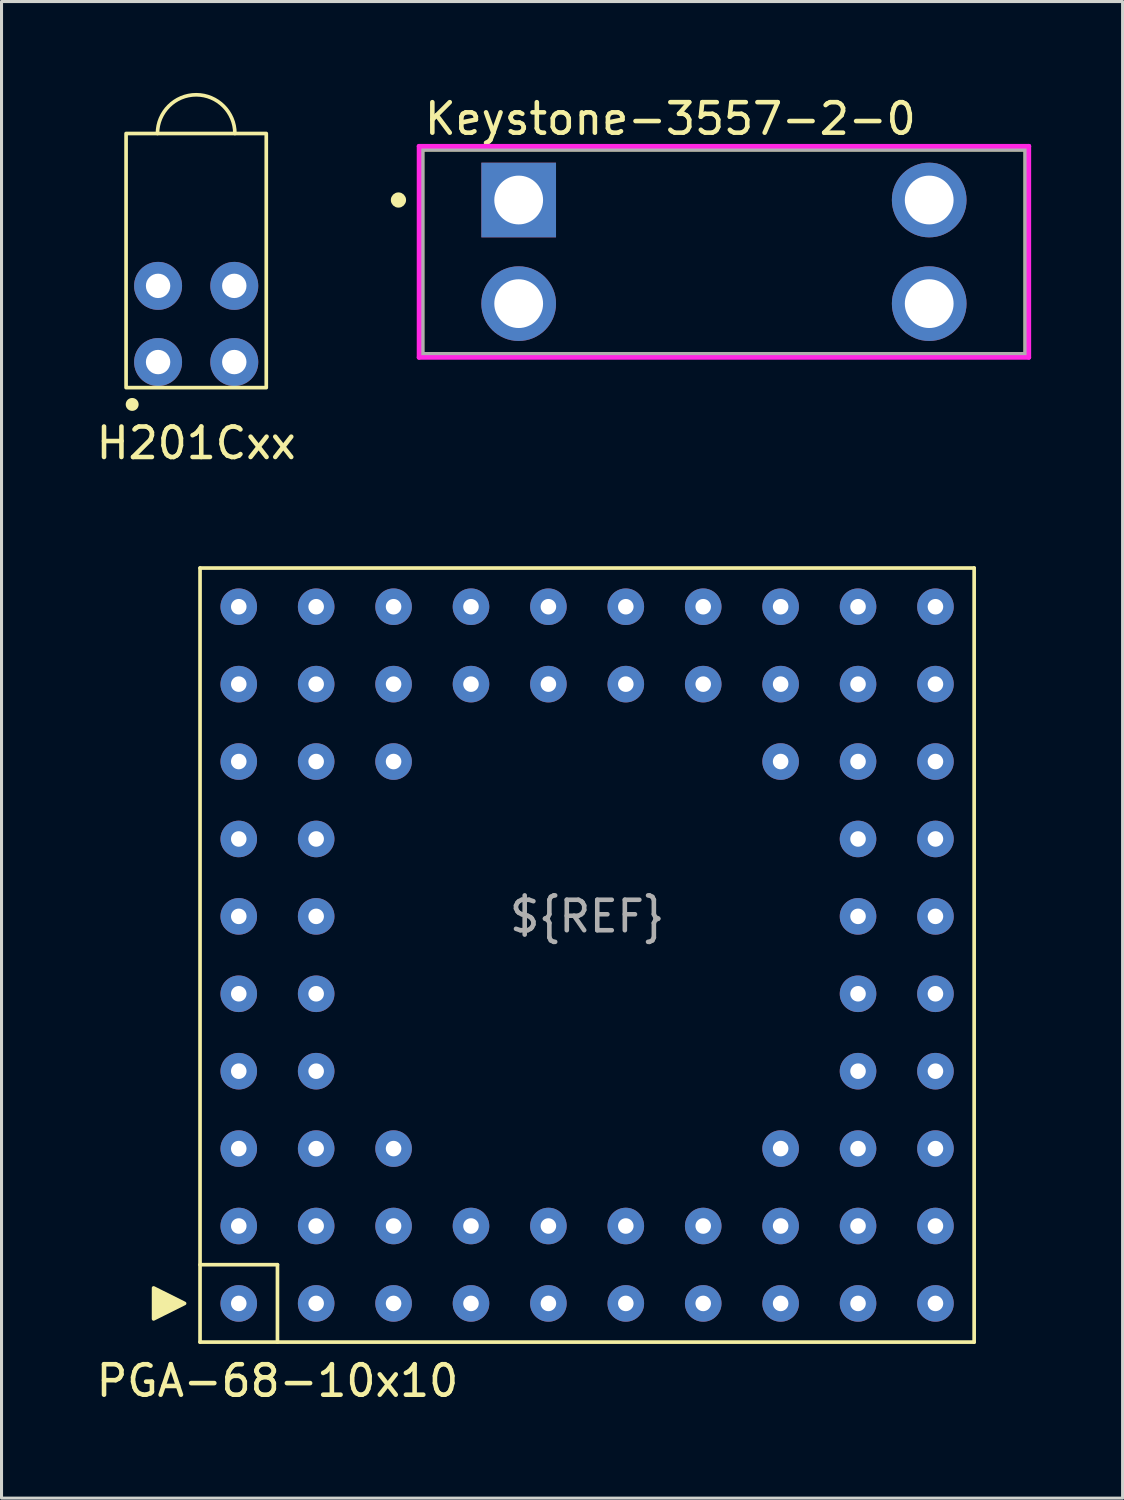
<source format=kicad_pcb>
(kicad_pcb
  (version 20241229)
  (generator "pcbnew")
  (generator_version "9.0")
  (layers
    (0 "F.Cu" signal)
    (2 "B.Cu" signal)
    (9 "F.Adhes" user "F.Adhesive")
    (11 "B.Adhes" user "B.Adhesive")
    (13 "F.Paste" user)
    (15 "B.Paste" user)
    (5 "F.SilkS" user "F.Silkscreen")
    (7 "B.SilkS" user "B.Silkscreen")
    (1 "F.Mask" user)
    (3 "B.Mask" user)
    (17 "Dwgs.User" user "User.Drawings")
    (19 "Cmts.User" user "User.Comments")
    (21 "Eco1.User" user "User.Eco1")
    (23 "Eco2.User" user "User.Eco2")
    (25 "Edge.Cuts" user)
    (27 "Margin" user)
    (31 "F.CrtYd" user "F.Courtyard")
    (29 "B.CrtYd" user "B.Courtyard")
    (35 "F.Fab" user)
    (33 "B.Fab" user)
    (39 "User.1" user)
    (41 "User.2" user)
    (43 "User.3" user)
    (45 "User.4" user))
  (footprint "Keystone-3557-2-0"
    (layer "F.Cu")
    (at 20.704 5.213)
    (property "Reference" "Keystone-3557-2-0" (at -9.905 -4.365 0) (layer "F.SilkS") (effects (font (size 1 1) (thickness 0.15)) (justify left)))
    (attr through_hole)
    (fp_line (start -9.905 -3.365) (end 9.905 -3.365) (stroke (width 0.15) (type solid)) (layer "F.SilkS"))
    (fp_line (start -9.905 3.365) (end -9.905 -3.365) (stroke (width 0.15) (type solid)) (layer "F.SilkS"))
    (fp_line (start -9.905 3.365) (end 9.905 3.365) (stroke (width 0.15) (type solid)) (layer "F.SilkS"))
    (fp_line (start 9.905 3.365) (end 9.905 -3.365) (stroke (width 0.15) (type solid)) (layer "F.SilkS"))
    (fp_circle (center -10.68 -1.7) (end -10.555 -1.7) (stroke (width 0.25) (type solid)) (fill no) (layer "F.SilkS"))
    (fp_line (start -10.005 -3.465) (end -10.005 3.465) (stroke (width 0.15) (type solid)) (layer "F.CrtYd"))
    (fp_line (start -10.005 3.465) (end 10.005 3.465) (stroke (width 0.15) (type solid)) (layer "F.CrtYd"))
    (fp_line (start 10.005 -3.465) (end -10.005 -3.465) (stroke (width 0.15) (type solid)) (layer "F.CrtYd"))
    (fp_line (start 10.005 -3.465) (end 10.005 -3.465) (stroke (width 0.15) (type solid)) (layer "F.CrtYd"))
    (fp_line (start 10.005 3.465) (end 10.005 -3.465) (stroke (width 0.15) (type solid)) (layer "F.CrtYd"))
    (fp_line (start -9.905 -3.365) (end 9.905 -3.365) (stroke (width 0.15) (type solid)) (layer "F.Fab"))
    (fp_line (start -9.905 3.365) (end -9.905 -3.365) (stroke (width 0.15) (type solid)) (layer "F.Fab"))
    (fp_line (start 9.905 -3.365) (end 9.905 3.365) (stroke (width 0.15) (type solid)) (layer "F.Fab"))
    (fp_line (start 9.905 3.365) (end -9.905 3.365) (stroke (width 0.15) (type solid)) (layer "F.Fab"))
    (pad "1" thru_hole rect (at -6.735 -1.7) (size 2.45 2.45) (drill 1.6) (layers "*.Cu" "*.Mask"))
    (pad "1" thru_hole circle (at -6.735 1.7) (size 2.45 2.45) (drill 1.6) (layers "*.Cu" "*.Mask"))
    (pad "2" thru_hole circle (at 6.735 -1.7) (size 2.45 2.45) (drill 1.6) (layers "*.Cu" "*.Mask"))
    (pad "2" thru_hole circle (at 6.735 1.7) (size 2.45 2.45) (drill 1.6) (layers "*.Cu" "*.Mask")))
  (footprint "PGA-68-10x10"
    (layer "F.Cu")
    (at 3.514 15.588)
    (property "Reference" "PGA-68-10x10" (at 2.54 26.67 0) (unlocked yes) (layer "F.SilkS") (effects (font (size 1 1) (thickness 0.15))))
    (attr through_hole)
    (fp_line (start 0 0) (end 0 25.4) (stroke (width 0.12) (type solid)) (layer "F.SilkS"))
    (fp_line (start 0 0) (end 25.4 0) (stroke (width 0.12) (type solid)) (layer "F.SilkS"))
    (fp_line (start 0 22.86) (end 2.54 22.86) (stroke (width 0.12) (type solid)) (layer "F.SilkS"))
    (fp_line (start 2.54 22.86) (end 2.54 25.4) (stroke (width 0.12) (type solid)) (layer "F.SilkS"))
    (fp_line (start 25.4 0) (end 25.4 25.4) (stroke (width 0.12) (type solid)) (layer "F.SilkS"))
    (fp_line (start 25.4 25.4) (end 0 25.4) (stroke (width 0.12) (type solid)) (layer "F.SilkS"))
    (fp_poly (pts (xy -0.508 24.13) (xy -1.524 24.638) (xy -1.524 23.622)) (stroke (width 0.12) (type solid)) (fill yes) (layer "F.SilkS"))
    (fp_text user "${REF}" (at 12.7 11.43 0) (unlocked yes) (layer "F.Fab") (effects (font (size 1 1) (thickness 0.15))))
    (pad "A1" thru_hole circle (at 1.27 24.13) (size 1.2 1.2) (drill 0.51) (layers "*.Cu" "*.Mask"))
    (pad "A2" thru_hole circle (at 3.81 24.13) (size 1.2 1.2) (drill 0.51) (layers "*.Cu" "*.Mask"))
    (pad "A3" thru_hole circle (at 6.35 24.13) (size 1.2 1.2) (drill 0.51) (layers "*.Cu" "*.Mask"))
    (pad "A4" thru_hole circle (at 8.89 24.13) (size 1.2 1.2) (drill 0.51) (layers "*.Cu" "*.Mask"))
    (pad "A5" thru_hole circle (at 11.43 24.13) (size 1.2 1.2) (drill 0.51) (layers "*.Cu" "*.Mask"))
    (pad "A6" thru_hole circle (at 13.97 24.13) (size 1.2 1.2) (drill 0.51) (layers "*.Cu" "*.Mask"))
    (pad "A7" thru_hole circle (at 16.51 24.13) (size 1.2 1.2) (drill 0.51) (layers "*.Cu" "*.Mask"))
    (pad "A8" thru_hole circle (at 19.05 24.13) (size 1.2 1.2) (drill 0.51) (layers "*.Cu" "*.Mask"))
    (pad "A9" thru_hole circle (at 21.59 24.13) (size 1.2 1.2) (drill 0.51) (layers "*.Cu" "*.Mask"))
    (pad "A10" thru_hole circle (at 24.13 24.13) (size 1.2 1.2) (drill 0.51) (layers "*.Cu" "*.Mask"))
    (pad "B1" thru_hole circle (at 1.27 21.59) (size 1.2 1.2) (drill 0.51) (layers "*.Cu" "*.Mask"))
    (pad "B2" thru_hole circle (at 3.81 21.59) (size 1.2 1.2) (drill 0.51) (layers "*.Cu" "*.Mask"))
    (pad "B3" thru_hole circle (at 6.35 21.59) (size 1.2 1.2) (drill 0.51) (layers "*.Cu" "*.Mask"))
    (pad "B4" thru_hole circle (at 8.89 21.59) (size 1.2 1.2) (drill 0.51) (layers "*.Cu" "*.Mask"))
    (pad "B5" thru_hole circle (at 11.43 21.59) (size 1.2 1.2) (drill 0.51) (layers "*.Cu" "*.Mask"))
    (pad "B6" thru_hole circle (at 13.97 21.59) (size 1.2 1.2) (drill 0.51) (layers "*.Cu" "*.Mask"))
    (pad "B7" thru_hole circle (at 16.51 21.59) (size 1.2 1.2) (drill 0.51) (layers "*.Cu" "*.Mask"))
    (pad "B8" thru_hole circle (at 19.05 21.59) (size 1.2 1.2) (drill 0.51) (layers "*.Cu" "*.Mask"))
    (pad "B9" thru_hole circle (at 21.59 21.59) (size 1.2 1.2) (drill 0.51) (layers "*.Cu" "*.Mask"))
    (pad "B10" thru_hole circle (at 24.13 21.59) (size 1.2 1.2) (drill 0.51) (layers "*.Cu" "*.Mask"))
    (pad "C1" thru_hole circle (at 1.27 19.05) (size 1.2 1.2) (drill 0.51) (layers "*.Cu" "*.Mask"))
    (pad "C2" thru_hole circle (at 3.81 19.05) (size 1.2 1.2) (drill 0.51) (layers "*.Cu" "*.Mask"))
    (pad "C3" thru_hole circle (at 6.35 19.05) (size 1.2 1.2) (drill 0.51) (layers "*.Cu" "*.Mask"))
    (pad "C8" thru_hole circle (at 19.05 19.05) (size 1.2 1.2) (drill 0.51) (layers "*.Cu" "*.Mask"))
    (pad "C9" thru_hole circle (at 21.59 19.05) (size 1.2 1.2) (drill 0.51) (layers "*.Cu" "*.Mask"))
    (pad "C10" thru_hole circle (at 24.13 19.05) (size 1.2 1.2) (drill 0.51) (layers "*.Cu" "*.Mask"))
    (pad "D1" thru_hole circle (at 1.27 16.51) (size 1.2 1.2) (drill 0.51) (layers "*.Cu" "*.Mask"))
    (pad "D2" thru_hole circle (at 3.81 16.51) (size 1.2 1.2) (drill 0.51) (layers "*.Cu" "*.Mask"))
    (pad "D9" thru_hole circle (at 21.59 16.51) (size 1.2 1.2) (drill 0.51) (layers "*.Cu" "*.Mask"))
    (pad "D10" thru_hole circle (at 24.13 16.51) (size 1.2 1.2) (drill 0.51) (layers "*.Cu" "*.Mask"))
    (pad "E1" thru_hole circle (at 1.27 13.97) (size 1.2 1.2) (drill 0.51) (layers "*.Cu" "*.Mask"))
    (pad "E2" thru_hole circle (at 3.81 13.97) (size 1.2 1.2) (drill 0.51) (layers "*.Cu" "*.Mask"))
    (pad "E9" thru_hole circle (at 21.59 13.97) (size 1.2 1.2) (drill 0.51) (layers "*.Cu" "*.Mask"))
    (pad "E10" thru_hole circle (at 24.13 13.97) (size 1.2 1.2) (drill 0.51) (layers "*.Cu" "*.Mask"))
    (pad "F1" thru_hole circle (at 1.27 11.43) (size 1.2 1.2) (drill 0.51) (layers "*.Cu" "*.Mask"))
    (pad "F2" thru_hole circle (at 3.81 11.43) (size 1.2 1.2) (drill 0.51) (layers "*.Cu" "*.Mask"))
    (pad "F9" thru_hole circle (at 21.59 11.43) (size 1.2 1.2) (drill 0.51) (layers "*.Cu" "*.Mask"))
    (pad "F10" thru_hole circle (at 24.13 11.43) (size 1.2 1.2) (drill 0.51) (layers "*.Cu" "*.Mask"))
    (pad "G1" thru_hole circle (at 1.27 8.89) (size 1.2 1.2) (drill 0.51) (layers "*.Cu" "*.Mask"))
    (pad "G2" thru_hole circle (at 3.81 8.89) (size 1.2 1.2) (drill 0.51) (layers "*.Cu" "*.Mask"))
    (pad "G9" thru_hole circle (at 21.59 8.89) (size 1.2 1.2) (drill 0.51) (layers "*.Cu" "*.Mask"))
    (pad "G10" thru_hole circle (at 24.13 8.89) (size 1.2 1.2) (drill 0.51) (layers "*.Cu" "*.Mask"))
    (pad "H1" thru_hole circle (at 1.27 6.35) (size 1.2 1.2) (drill 0.51) (layers "*.Cu" "*.Mask"))
    (pad "H2" thru_hole circle (at 3.81 6.35) (size 1.2 1.2) (drill 0.51) (layers "*.Cu" "*.Mask"))
    (pad "H3" thru_hole circle (at 6.35 6.35) (size 1.2 1.2) (drill 0.51) (layers "*.Cu" "*.Mask"))
    (pad "H8" thru_hole circle (at 19.05 6.35) (size 1.2 1.2) (drill 0.51) (layers "*.Cu" "*.Mask"))
    (pad "H9" thru_hole circle (at 21.59 6.35) (size 1.2 1.2) (drill 0.51) (layers "*.Cu" "*.Mask"))
    (pad "H10" thru_hole circle (at 24.13 6.35) (size 1.2 1.2) (drill 0.51) (layers "*.Cu" "*.Mask"))
    (pad "J1" thru_hole circle (at 1.27 3.81) (size 1.2 1.2) (drill 0.51) (layers "*.Cu" "*.Mask"))
    (pad "J2" thru_hole circle (at 3.81 3.81) (size 1.2 1.2) (drill 0.51) (layers "*.Cu" "*.Mask"))
    (pad "J3" thru_hole circle (at 6.35 3.81) (size 1.2 1.2) (drill 0.51) (layers "*.Cu" "*.Mask"))
    (pad "J4" thru_hole circle (at 8.89 3.81) (size 1.2 1.2) (drill 0.51) (layers "*.Cu" "*.Mask"))
    (pad "J5" thru_hole circle (at 11.43 3.81) (size 1.2 1.2) (drill 0.51) (layers "*.Cu" "*.Mask"))
    (pad "J6" thru_hole circle (at 13.97 3.81) (size 1.2 1.2) (drill 0.51) (layers "*.Cu" "*.Mask"))
    (pad "J7" thru_hole circle (at 16.51 3.81) (size 1.2 1.2) (drill 0.51) (layers "*.Cu" "*.Mask"))
    (pad "J8" thru_hole circle (at 19.05 3.81) (size 1.2 1.2) (drill 0.51) (layers "*.Cu" "*.Mask"))
    (pad "J9" thru_hole circle (at 21.59 3.81) (size 1.2 1.2) (drill 0.51) (layers "*.Cu" "*.Mask"))
    (pad "J10" thru_hole circle (at 24.13 3.81) (size 1.2 1.2) (drill 0.51) (layers "*.Cu" "*.Mask"))
    (pad "K1" thru_hole circle (at 1.27 1.27) (size 1.2 1.2) (drill 0.51) (layers "*.Cu" "*.Mask"))
    (pad "K2" thru_hole circle (at 3.81 1.27) (size 1.2 1.2) (drill 0.51) (layers "*.Cu" "*.Mask"))
    (pad "K3" thru_hole circle (at 6.35 1.27) (size 1.2 1.2) (drill 0.51) (layers "*.Cu" "*.Mask"))
    (pad "K4" thru_hole circle (at 8.89 1.27) (size 1.2 1.2) (drill 0.51) (layers "*.Cu" "*.Mask"))
    (pad "K5" thru_hole circle (at 11.43 1.27) (size 1.2 1.2) (drill 0.51) (layers "*.Cu" "*.Mask"))
    (pad "K6" thru_hole circle (at 13.97 1.27) (size 1.2 1.2) (drill 0.51) (layers "*.Cu" "*.Mask"))
    (pad "K7" thru_hole circle (at 16.51 1.27) (size 1.2 1.2) (drill 0.51) (layers "*.Cu" "*.Mask"))
    (pad "K8" thru_hole circle (at 19.05 1.27) (size 1.2 1.2) (drill 0.51) (layers "*.Cu" "*.Mask"))
    (pad "K9" thru_hole circle (at 21.59 1.27) (size 1.2 1.2) (drill 0.51) (layers "*.Cu" "*.Mask"))
    (pad "K10" thru_hole circle (at 24.13 1.27) (size 1.2 1.2) (drill 0.51) (layers "*.Cu" "*.Mask")))
  (footprint "H201Cxx"
    (layer "F.Cu")
    (at 3.387 1.33)
    (property "Reference" "H201Cxx" (at 0 10.16 0) (unlocked yes) (layer "F.SilkS") (effects (font (size 1 1) (thickness 0.15))))
    (fp_rect (start -2.3 0) (end 2.3 8.34) (stroke (width 0.12) (type solid)) (fill no) (layer "F.SilkS"))
    (fp_arc (start -1.27 0) (mid 0 -1.27) (end 1.27 0) (stroke (width 0.12) (type solid)) (layer "F.SilkS"))
    (fp_circle (center -2.1 8.89) (end -1.948 8.89) (stroke (width 0.12) (type solid)) (fill yes) (layer "F.SilkS"))
    (pad "1" thru_hole circle (at 1.25 5) (size 1.574 1.574) (drill 0.8) (layers "*.Cu" "*.Mask"))
    (pad "2" thru_hole circle (at 1.25 7.5) (size 1.574 1.574) (drill 0.8) (layers "*.Cu" "*.Mask"))
    (pad "3" thru_hole circle (at -1.25 5) (size 1.574 1.574) (drill 0.8) (layers "*.Cu" "*.Mask"))
    (pad "4" thru_hole circle (at -1.25 7.5) (size 1.574 1.574) (drill 0.8) (layers "*.Cu" "*.Mask")))
  (gr_rect
    (start -3 -3)
    (end 33.784 46.106)
    (stroke (width 0.1) (type default))
    (fill no)
    (layer "Edge.Cuts")))
</source>
